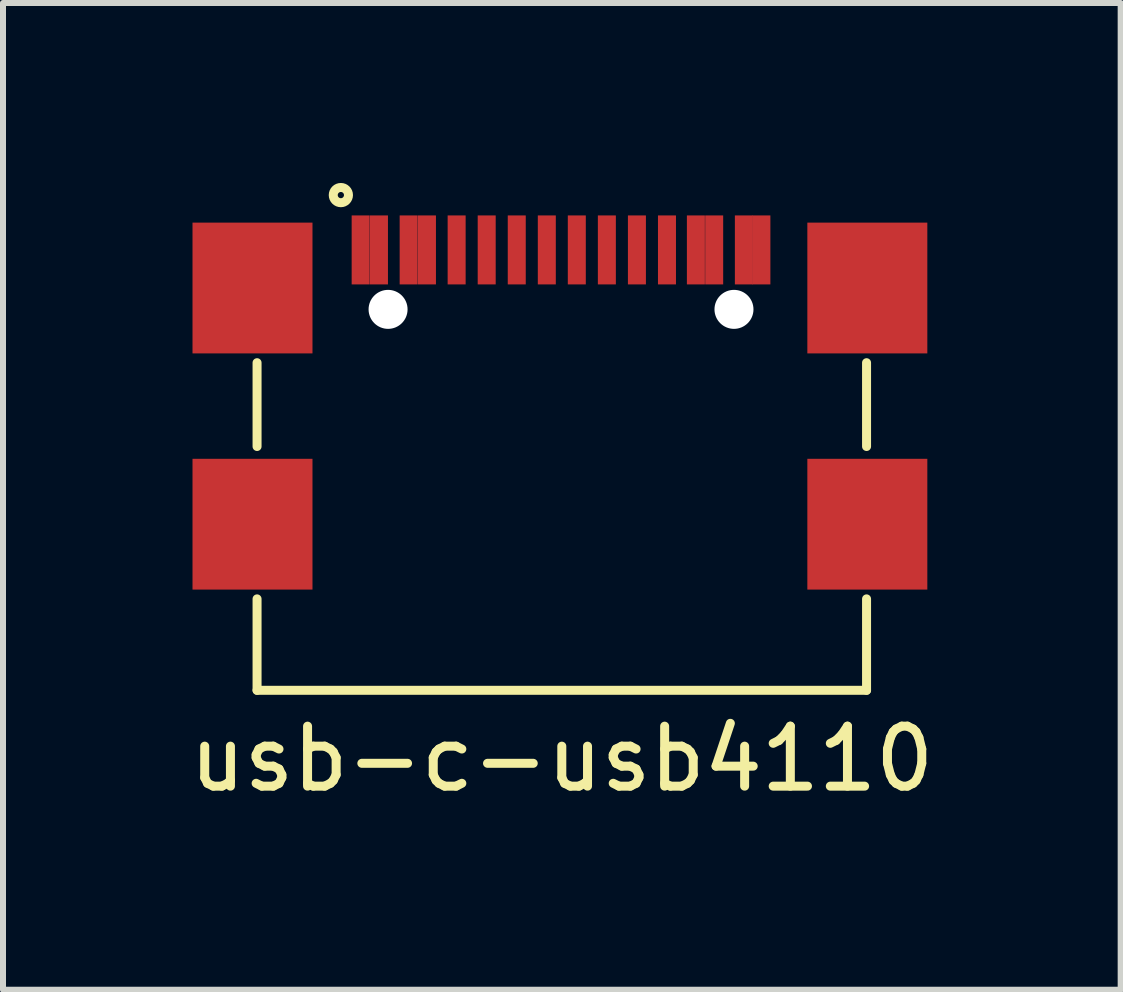
<source format=kicad_pcb>
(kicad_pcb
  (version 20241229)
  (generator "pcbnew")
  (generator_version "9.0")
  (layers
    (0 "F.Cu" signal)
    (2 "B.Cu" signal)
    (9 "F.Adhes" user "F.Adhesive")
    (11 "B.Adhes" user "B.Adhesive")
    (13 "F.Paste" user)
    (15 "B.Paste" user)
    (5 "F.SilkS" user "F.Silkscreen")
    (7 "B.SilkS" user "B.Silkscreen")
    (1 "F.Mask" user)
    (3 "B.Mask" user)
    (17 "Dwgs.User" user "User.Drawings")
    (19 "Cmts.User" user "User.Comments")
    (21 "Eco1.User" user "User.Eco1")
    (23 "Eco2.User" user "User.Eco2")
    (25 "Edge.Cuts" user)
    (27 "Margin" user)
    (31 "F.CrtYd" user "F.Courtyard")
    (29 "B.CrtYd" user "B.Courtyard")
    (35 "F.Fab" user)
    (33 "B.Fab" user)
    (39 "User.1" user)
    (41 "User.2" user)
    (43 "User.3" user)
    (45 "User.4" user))
  (footprint "usb-c-usb4110"
    (layer "F.Cu")
    (at 6.315 4.393)
    (property "Reference" "usb-c-usb4110" (at 0 5.207 180) (layer "F.SilkS") (effects (font (size 1 1) (thickness 0.15))))
    (attr through_hole)
    (fp_line (start -5.08 -1.397) (end -5.08 0) (stroke (width 0.15) (type solid)) (layer "F.SilkS"))
    (fp_line (start -5.08 4.064) (end -5.08 2.54) (stroke (width 0.15) (type solid)) (layer "F.SilkS"))
    (fp_line (start 5.08 -1.397) (end 5.08 0) (stroke (width 0.15) (type solid)) (layer "F.SilkS"))
    (fp_line (start 5.08 4.064) (end -5.08 4.064) (stroke (width 0.15) (type solid)) (layer "F.SilkS"))
    (fp_line (start 5.08 4.064) (end 5.08 2.54) (stroke (width 0.15) (type solid)) (layer "F.SilkS"))
    (fp_circle (center -3.683 -4.191) (end -3.683 -4.064) (stroke (width 0.15) (type solid)) (fill no) (layer "F.SilkS"))
    (pad "" np_thru_hole circle (at -2.896 -2.286) (size 0.65 0.65) (drill 0.65) (layers "*.Cu" "*.Mask"))
    (pad "" np_thru_hole circle (at 2.87 -2.286) (size 0.65 0.65) (drill 0.65) (layers "*.Cu" "*.Mask"))
    (pad "A1" smd rect (at -3.353 -3.277) (size 0.3 1.15) (layers "F.Cu" "F.Mask" "F.Paste"))
    (pad "A4" smd rect (at -2.553 -3.277) (size 0.3 1.15) (layers "F.Cu" "F.Mask" "F.Paste"))
    (pad "A5" smd rect (at -1.252 -3.277) (size 0.3 1.15) (layers "F.Cu" "F.Mask" "F.Paste"))
    (pad "A6" smd rect (at -0.25 -3.277) (size 0.3 1.15) (layers "F.Cu" "F.Mask" "F.Paste"))
    (pad "A7" smd rect (at 0.25 -3.277) (size 0.3 1.15) (layers "F.Cu" "F.Mask" "F.Paste"))
    (pad "A8" smd rect (at 1.252 -3.277) (size 0.3 1.15) (layers "F.Cu" "F.Mask" "F.Paste"))
    (pad "A9" smd rect (at 2.54 -3.277) (size 0.3 1.15) (layers "F.Cu" "F.Mask" "F.Paste"))
    (pad "A12" smd rect (at 3.327 -3.277) (size 0.3 1.15) (layers "F.Cu" "F.Mask" "F.Paste"))
    (pad "B1" smd rect (at 3.035 -3.277) (size 0.3 1.15) (layers "F.Cu" "F.Mask" "F.Paste"))
    (pad "B4" smd rect (at 2.235 -3.277) (size 0.3 1.15) (layers "F.Cu" "F.Mask" "F.Paste"))
    (pad "B5" smd rect (at 1.753 -3.277) (size 0.3 1.15) (layers "F.Cu" "F.Mask" "F.Paste"))
    (pad "B6" smd rect (at 0.751 -3.277) (size 0.3 1.15) (layers "F.Cu" "F.Mask" "F.Paste"))
    (pad "B7" smd rect (at -0.751 -3.277) (size 0.3 1.15) (layers "F.Cu" "F.Mask" "F.Paste"))
    (pad "B8" smd rect (at -1.753 -3.277) (size 0.3 1.15) (layers "F.Cu" "F.Mask" "F.Paste"))
    (pad "B9" smd rect (at -2.248 -3.277) (size 0.3 1.15) (layers "F.Cu" "F.Mask" "F.Paste"))
    (pad "B12" smd rect (at -3.048 -3.277) (size 0.3 1.15) (layers "F.Cu" "F.Mask" "F.Paste"))
    (pad "S1" smd rect (at -5.156 -2.642) (size 2 2.18) (layers "F.Cu" "F.Mask" "F.Paste"))
    (pad "S1" smd rect (at -5.156 1.295) (size 2 2.18) (layers "F.Cu" "F.Mask" "F.Paste"))
    (pad "S1" smd rect (at 5.093 -2.642) (size 2 2.18) (layers "F.Cu" "F.Mask" "F.Paste"))
    (pad "S1" smd rect (at 5.093 1.295) (size 2 2.18) (layers "F.Cu" "F.Mask" "F.Paste")))
  (gr_rect
    (start -3 -3)
    (end 15.631 13.448)
    (stroke (width 0.1) (type default))
    (fill no)
    (layer "Edge.Cuts")))
</source>
